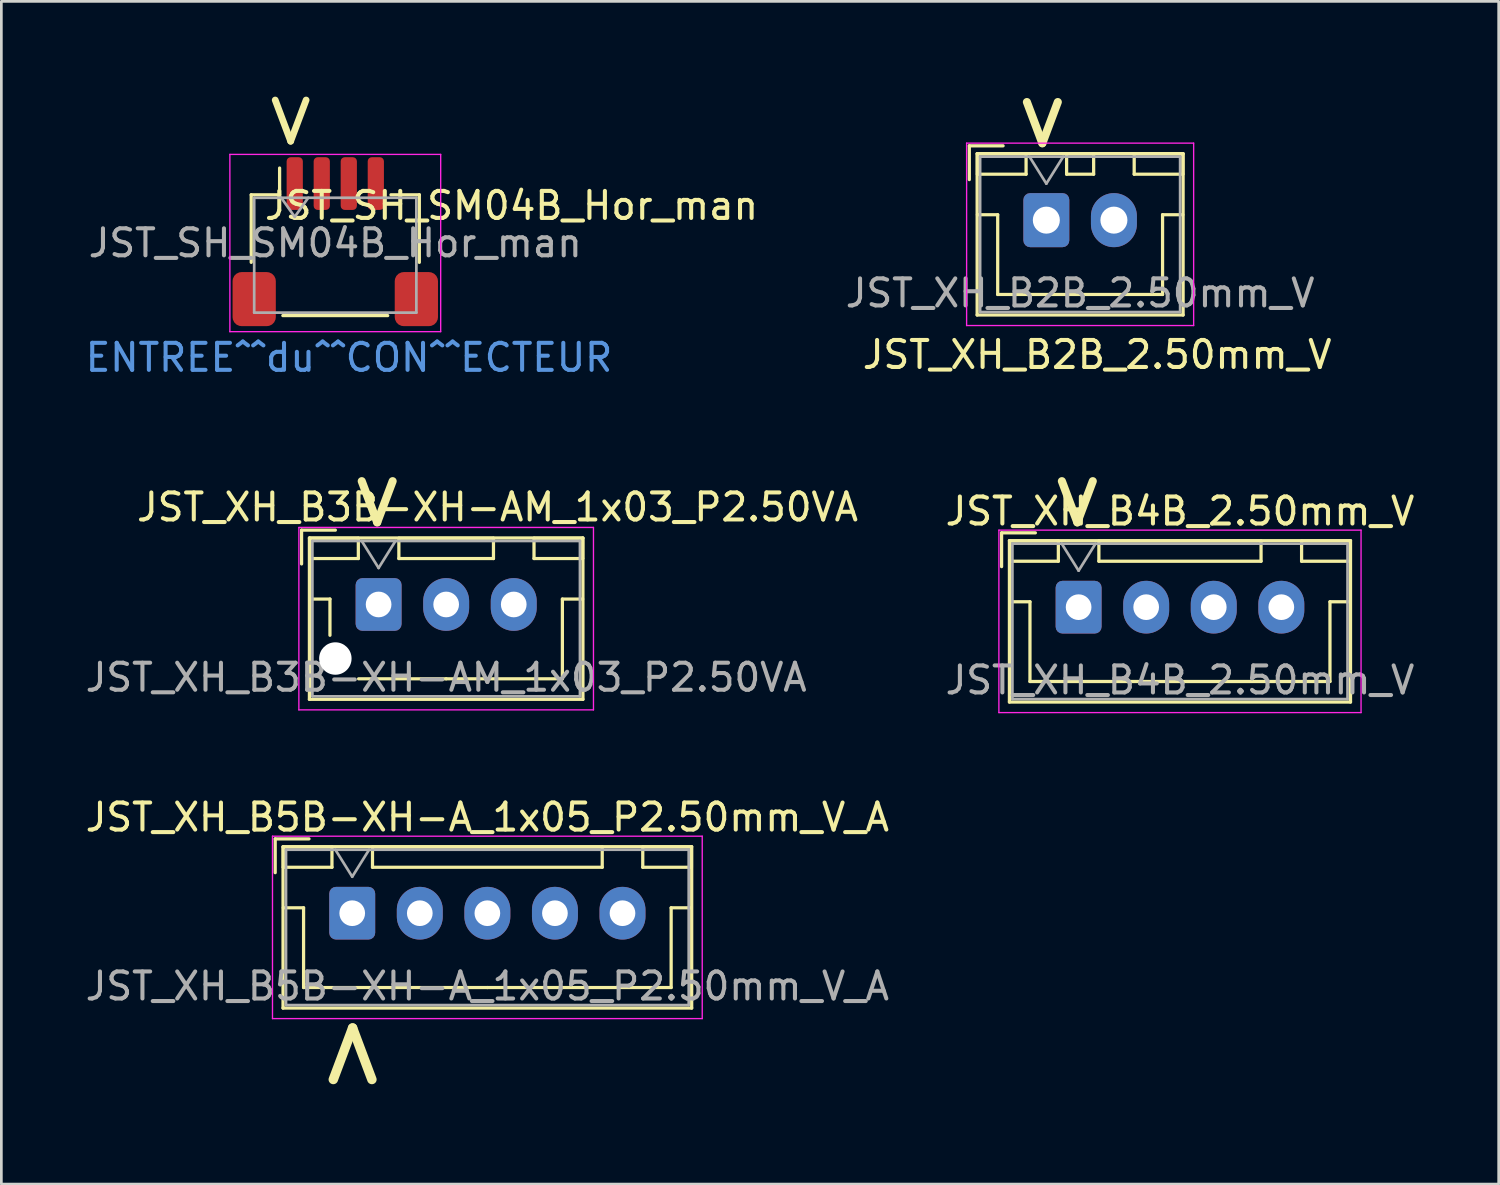
<source format=kicad_pcb>
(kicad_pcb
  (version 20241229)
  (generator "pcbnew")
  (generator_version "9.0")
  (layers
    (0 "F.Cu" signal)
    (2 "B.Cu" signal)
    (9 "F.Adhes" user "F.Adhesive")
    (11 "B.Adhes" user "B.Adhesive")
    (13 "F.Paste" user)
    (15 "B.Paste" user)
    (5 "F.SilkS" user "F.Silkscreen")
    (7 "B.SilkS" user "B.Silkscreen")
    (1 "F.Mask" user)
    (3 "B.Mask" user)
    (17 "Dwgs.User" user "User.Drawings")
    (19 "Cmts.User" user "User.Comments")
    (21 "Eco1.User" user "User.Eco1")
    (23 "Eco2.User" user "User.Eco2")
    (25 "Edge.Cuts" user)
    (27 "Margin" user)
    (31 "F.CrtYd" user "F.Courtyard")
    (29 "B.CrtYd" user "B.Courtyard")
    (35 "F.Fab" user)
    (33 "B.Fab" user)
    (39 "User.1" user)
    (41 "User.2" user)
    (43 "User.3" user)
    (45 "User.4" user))
  (footprint "JST_XH_B3B-XH-AM_1x03_P2.50VA"
    (layer "F.Cu")
    (at 10.958 19.315)
    (property "Reference" "JST_XH_B3B-XH-AM_1x03_P2.50VA" (at 4.4 -3.6 0) (layer "F.SilkS") (effects (font (size 1 1) (thickness 0.15))))
    (attr through_hole)
    (fp_line (start -2.85 -2.75) (end -2.85 -1.5) (stroke (width 0.12) (type solid)) (layer "F.SilkS"))
    (fp_line (start -2.56 -2.46) (end -2.56 3.51) (stroke (width 0.12) (type solid)) (layer "F.SilkS"))
    (fp_line (start -2.56 3.51) (end 7.56 3.51) (stroke (width 0.12) (type solid)) (layer "F.SilkS"))
    (fp_line (start -2.55 -2.45) (end -2.55 -1.7) (stroke (width 0.12) (type solid)) (layer "F.SilkS"))
    (fp_line (start -2.55 -1.7) (end -0.75 -1.7) (stroke (width 0.12) (type solid)) (layer "F.SilkS"))
    (fp_line (start -2.55 -0.2) (end -1.8 -0.2) (stroke (width 0.12) (type solid)) (layer "F.SilkS"))
    (fp_line (start -1.8 -0.2) (end -1.8 1.14) (stroke (width 0.12) (type solid)) (layer "F.SilkS"))
    (fp_line (start -1.6 -2.75) (end -2.85 -2.75) (stroke (width 0.12) (type solid)) (layer "F.SilkS"))
    (fp_line (start -0.75 -2.45) (end -2.55 -2.45) (stroke (width 0.12) (type solid)) (layer "F.SilkS"))
    (fp_line (start -0.75 -1.7) (end -0.75 -2.45) (stroke (width 0.12) (type solid)) (layer "F.SilkS"))
    (fp_line (start 0.75 -2.45) (end 0.75 -1.7) (stroke (width 0.12) (type solid)) (layer "F.SilkS"))
    (fp_line (start 0.75 -1.7) (end 4.25 -1.7) (stroke (width 0.12) (type solid)) (layer "F.SilkS"))
    (fp_line (start 2.5 2.75) (end -0.74 2.75) (stroke (width 0.12) (type solid)) (layer "F.SilkS"))
    (fp_line (start 4.25 -2.45) (end 0.75 -2.45) (stroke (width 0.12) (type solid)) (layer "F.SilkS"))
    (fp_line (start 4.25 -1.7) (end 4.25 -2.45) (stroke (width 0.12) (type solid)) (layer "F.SilkS"))
    (fp_line (start 5.75 -2.45) (end 5.75 -1.7) (stroke (width 0.12) (type solid)) (layer "F.SilkS"))
    (fp_line (start 5.75 -1.7) (end 7.55 -1.7) (stroke (width 0.12) (type solid)) (layer "F.SilkS"))
    (fp_line (start 6.8 -0.2) (end 6.8 2.75) (stroke (width 0.12) (type solid)) (layer "F.SilkS"))
    (fp_line (start 6.8 2.75) (end 2.5 2.75) (stroke (width 0.12) (type solid)) (layer "F.SilkS"))
    (fp_line (start 7.55 -2.45) (end 5.75 -2.45) (stroke (width 0.12) (type solid)) (layer "F.SilkS"))
    (fp_line (start 7.55 -1.7) (end 7.55 -2.45) (stroke (width 0.12) (type solid)) (layer "F.SilkS"))
    (fp_line (start 7.55 -0.2) (end 6.8 -0.2) (stroke (width 0.12) (type solid)) (layer "F.SilkS"))
    (fp_line (start 7.56 -2.46) (end -2.56 -2.46) (stroke (width 0.12) (type solid)) (layer "F.SilkS"))
    (fp_line (start 7.56 3.51) (end 7.56 -2.46) (stroke (width 0.12) (type solid)) (layer "F.SilkS"))
    (fp_line (start -2.95 -2.85) (end -2.95 3.9) (stroke (width 0.05) (type solid)) (layer "F.CrtYd"))
    (fp_line (start -2.95 3.9) (end 7.95 3.9) (stroke (width 0.05) (type solid)) (layer "F.CrtYd"))
    (fp_line (start 7.95 -2.85) (end -2.95 -2.85) (stroke (width 0.05) (type solid)) (layer "F.CrtYd"))
    (fp_line (start 7.95 3.9) (end 7.95 -2.85) (stroke (width 0.05) (type solid)) (layer "F.CrtYd"))
    (fp_line (start -2.45 -2.35) (end -2.45 3.4) (stroke (width 0.1) (type solid)) (layer "F.Fab"))
    (fp_line (start -2.45 3.4) (end 7.45 3.4) (stroke (width 0.1) (type solid)) (layer "F.Fab"))
    (fp_line (start -0.625 -2.35) (end 0 -1.35) (stroke (width 0.1) (type solid)) (layer "F.Fab"))
    (fp_line (start 0 -1.35) (end 0.625 -2.35) (stroke (width 0.1) (type solid)) (layer "F.Fab"))
    (fp_line (start 7.45 -2.35) (end -2.45 -2.35) (stroke (width 0.1) (type solid)) (layer "F.Fab"))
    (fp_line (start 7.45 3.4) (end 7.45 -2.35) (stroke (width 0.1) (type solid)) (layer "F.Fab"))
    (fp_text user "<" (at -0.2 -3.8 90) (unlocked yes) (layer "F.SilkS") (effects (font (size 2 2) (thickness 0.3))))
    (fp_text user "${REFERENCE}" (at 2.5 2.7 0) (layer "F.Fab") (effects (font (size 1 1) (thickness 0.15))))
    (pad "" np_thru_hole circle (at -1.6 2) (size 1.2 1.2) (drill 1.2) (layers "*.Cu" "*.Mask"))
    (pad "1" thru_hole roundrect (at 0 0) (size 1.7 1.95) (drill 0.95) (layers "*.Cu" "*.Mask") (roundrect_rratio 0.147))
    (pad "2" thru_hole oval (at 2.5 0) (size 1.7 1.95) (drill 0.95) (layers "*.Cu" "*.Mask"))
    (pad "3" thru_hole oval (at 5 0) (size 1.7 1.95) (drill 0.95) (layers "*.Cu" "*.Mask")))
  (footprint "JST_XH_B2B_2.50mm_V"
    (layer "F.Cu")
    (at 35.664 5.095)
    (property "Reference" "JST_XH_B2B_2.50mm_V" (at 1.88 4.978 0) (layer "F.SilkS") (effects (font (size 1 1) (thickness 0.15))))
    (attr through_hole)
    (fp_line (start -2.85 -2.75) (end -2.85 -1.5) (stroke (width 0.12) (type solid)) (layer "F.SilkS"))
    (fp_line (start -2.56 -2.46) (end -2.56 3.51) (stroke (width 0.12) (type solid)) (layer "F.SilkS"))
    (fp_line (start -2.56 3.51) (end 5.06 3.51) (stroke (width 0.12) (type solid)) (layer "F.SilkS"))
    (fp_line (start -2.55 -2.45) (end -2.55 -1.7) (stroke (width 0.12) (type solid)) (layer "F.SilkS"))
    (fp_line (start -2.55 -1.7) (end -0.75 -1.7) (stroke (width 0.12) (type solid)) (layer "F.SilkS"))
    (fp_line (start -2.55 -0.2) (end -1.8 -0.2) (stroke (width 0.12) (type solid)) (layer "F.SilkS"))
    (fp_line (start -1.8 -0.2) (end -1.8 2.75) (stroke (width 0.12) (type solid)) (layer "F.SilkS"))
    (fp_line (start -1.8 2.75) (end 1.25 2.75) (stroke (width 0.12) (type solid)) (layer "F.SilkS"))
    (fp_line (start -1.6 -2.75) (end -2.85 -2.75) (stroke (width 0.12) (type solid)) (layer "F.SilkS"))
    (fp_line (start -0.75 -2.45) (end -2.55 -2.45) (stroke (width 0.12) (type solid)) (layer "F.SilkS"))
    (fp_line (start -0.75 -1.7) (end -0.75 -2.45) (stroke (width 0.12) (type solid)) (layer "F.SilkS"))
    (fp_line (start 0.75 -2.45) (end 0.75 -1.7) (stroke (width 0.12) (type solid)) (layer "F.SilkS"))
    (fp_line (start 0.75 -1.7) (end 1.75 -1.7) (stroke (width 0.12) (type solid)) (layer "F.SilkS"))
    (fp_line (start 1.75 -2.45) (end 0.75 -2.45) (stroke (width 0.12) (type solid)) (layer "F.SilkS"))
    (fp_line (start 1.75 -1.7) (end 1.75 -2.45) (stroke (width 0.12) (type solid)) (layer "F.SilkS"))
    (fp_line (start 3.25 -2.45) (end 3.25 -1.7) (stroke (width 0.12) (type solid)) (layer "F.SilkS"))
    (fp_line (start 3.25 -1.7) (end 5.05 -1.7) (stroke (width 0.12) (type solid)) (layer "F.SilkS"))
    (fp_line (start 4.3 -0.2) (end 4.3 2.75) (stroke (width 0.12) (type solid)) (layer "F.SilkS"))
    (fp_line (start 4.3 2.75) (end 1.25 2.75) (stroke (width 0.12) (type solid)) (layer "F.SilkS"))
    (fp_line (start 5.05 -2.45) (end 3.25 -2.45) (stroke (width 0.12) (type solid)) (layer "F.SilkS"))
    (fp_line (start 5.05 -1.7) (end 5.05 -2.45) (stroke (width 0.12) (type solid)) (layer "F.SilkS"))
    (fp_line (start 5.05 -0.2) (end 4.3 -0.2) (stroke (width 0.12) (type solid)) (layer "F.SilkS"))
    (fp_line (start 5.06 -2.46) (end -2.56 -2.46) (stroke (width 0.12) (type solid)) (layer "F.SilkS"))
    (fp_line (start 5.06 3.51) (end 5.06 -2.46) (stroke (width 0.12) (type solid)) (layer "F.SilkS"))
    (fp_line (start -2.95 -2.85) (end -2.95 3.9) (stroke (width 0.05) (type solid)) (layer "F.CrtYd"))
    (fp_line (start -2.95 3.9) (end 5.45 3.9) (stroke (width 0.05) (type solid)) (layer "F.CrtYd"))
    (fp_line (start 5.45 -2.85) (end -2.95 -2.85) (stroke (width 0.05) (type solid)) (layer "F.CrtYd"))
    (fp_line (start 5.45 3.9) (end 5.45 -2.85) (stroke (width 0.05) (type solid)) (layer "F.CrtYd"))
    (fp_line (start -2.45 -2.35) (end -2.45 3.4) (stroke (width 0.1) (type solid)) (layer "F.Fab"))
    (fp_line (start -2.45 3.4) (end 4.95 3.4) (stroke (width 0.1) (type solid)) (layer "F.Fab"))
    (fp_line (start -0.625 -2.35) (end 0 -1.35) (stroke (width 0.1) (type solid)) (layer "F.Fab"))
    (fp_line (start 0 -1.35) (end 0.625 -2.35) (stroke (width 0.1) (type solid)) (layer "F.Fab"))
    (fp_line (start 4.95 -2.35) (end -2.45 -2.35) (stroke (width 0.1) (type solid)) (layer "F.Fab"))
    (fp_line (start 4.95 3.4) (end 4.95 -2.35) (stroke (width 0.1) (type solid)) (layer "F.Fab"))
    (fp_text user ">" (at 0 -3.607 270) (unlocked yes) (layer "F.SilkS") (effects (font (size 2 2) (thickness 0.3))))
    (fp_text user "${REFERENCE}" (at 1.25 2.7 0) (layer "F.Fab") (effects (font (size 1 1) (thickness 0.15))))
    (pad "1" thru_hole roundrect (at 0 0) (size 1.7 2) (drill 1) (layers "*.Cu" "*.Mask") (roundrect_rratio 0.147))
    (pad "2" thru_hole oval (at 2.5 0) (size 1.7 2) (drill 1) (layers "*.Cu" "*.Mask")))
  (footprint "JST_SH_SM04B_Hor_man"
    (layer "F.Cu")
    (at 9.355 5.942)
    (property "Reference" "JST_SH_SM04B_Hor_man" (at 6.523 -1.384 0) (layer "F.SilkS") (effects (font (size 1 1) (thickness 0.15))))
    (attr smd)
    (fp_line (start -3.11 -1.785) (end -2.06 -1.785) (stroke (width 0.12) (type solid)) (layer "F.SilkS"))
    (fp_line (start -3.11 0.715) (end -3.11 -1.785) (stroke (width 0.12) (type solid)) (layer "F.SilkS"))
    (fp_line (start -2.06 -1.785) (end -2.06 -2.775) (stroke (width 0.12) (type solid)) (layer "F.SilkS"))
    (fp_line (start -1.94 2.685) (end 1.94 2.685) (stroke (width 0.12) (type solid)) (layer "F.SilkS"))
    (fp_line (start 3.11 -1.785) (end 2.06 -1.785) (stroke (width 0.12) (type solid)) (layer "F.SilkS"))
    (fp_line (start 3.11 0.715) (end 3.11 -1.785) (stroke (width 0.12) (type solid)) (layer "F.SilkS"))
    (fp_line (start -3.9 -3.28) (end -3.9 3.28) (stroke (width 0.05) (type solid)) (layer "F.CrtYd"))
    (fp_line (start -3.9 3.28) (end 3.9 3.28) (stroke (width 0.05) (type solid)) (layer "F.CrtYd"))
    (fp_line (start 3.9 -3.28) (end -3.9 -3.28) (stroke (width 0.05) (type solid)) (layer "F.CrtYd"))
    (fp_line (start 3.9 3.28) (end 3.9 -3.28) (stroke (width 0.05) (type solid)) (layer "F.CrtYd"))
    (fp_line (start -3 -1.675) (end -3 2.575) (stroke (width 0.1) (type solid)) (layer "F.Fab"))
    (fp_line (start -3 -1.675) (end 3 -1.675) (stroke (width 0.1) (type solid)) (layer "F.Fab"))
    (fp_line (start -3 2.575) (end 3 2.575) (stroke (width 0.1) (type solid)) (layer "F.Fab"))
    (fp_line (start -2 -1.675) (end -1.5 -0.968) (stroke (width 0.1) (type solid)) (layer "F.Fab"))
    (fp_line (start -1.5 -0.968) (end -1 -1.675) (stroke (width 0.1) (type solid)) (layer "F.Fab"))
    (fp_line (start 3 -1.675) (end 3 2.575) (stroke (width 0.1) (type solid)) (layer "F.Fab"))
    (fp_text user "<" (at -1.801 -4.529 90) (layer "F.SilkS") (effects (font (size 2 2) (thickness 0.25))))
    (fp_text user "ENTREE^^du^^CON^^ECTEUR" (at 0.508 4.237 0) (layer "Cmts.User") (effects (font (size 1 1) (thickness 0.15))))
    (fp_text user "${REFERENCE}" (at 0 0 0) (layer "F.Fab") (effects (font (size 1 1) (thickness 0.15))))
    (pad "1" smd roundrect (at -1.5 -2.2) (size 0.6 1.95) (layers "F.Cu" "F.Mask" "F.Paste") (roundrect_rratio 0.25))
    (pad "2" smd roundrect (at -0.5 -2.2) (size 0.6 1.95) (layers "F.Cu" "F.Mask" "F.Paste") (roundrect_rratio 0.25))
    (pad "3" smd roundrect (at 0.5 -2.2) (size 0.6 1.95) (layers "F.Cu" "F.Mask" "F.Paste") (roundrect_rratio 0.25))
    (pad "4" smd roundrect (at 1.5 -2.2) (size 0.6 1.95) (layers "F.Cu" "F.Mask" "F.Paste") (roundrect_rratio 0.25))
    (pad "MP" smd roundrect (at -3 2.075) (size 1.6 2) (layers "F.Cu" "F.Mask" "F.Paste") (roundrect_rratio 0.208))
    (pad "MP" smd roundrect (at 3 2.075) (size 1.6 2) (layers "F.Cu" "F.Mask" "F.Paste") (roundrect_rratio 0.208)))
  (footprint "JST_XH_B4B_2.50mm_V"
    (layer "F.Cu")
    (at 36.858 19.415)
    (property "Reference" "JST_XH_B4B_2.50mm_V" (at 3.75 -3.55 0) (layer "F.SilkS") (effects (font (size 1 1) (thickness 0.15))))
    (attr through_hole)
    (fp_line (start -2.85 -2.75) (end -2.85 -1.5) (stroke (width 0.12) (type solid)) (layer "F.SilkS"))
    (fp_line (start -2.56 -2.46) (end -2.56 3.51) (stroke (width 0.12) (type solid)) (layer "F.SilkS"))
    (fp_line (start -2.56 3.51) (end 10.06 3.51) (stroke (width 0.12) (type solid)) (layer "F.SilkS"))
    (fp_line (start -2.55 -2.45) (end -2.55 -1.7) (stroke (width 0.12) (type solid)) (layer "F.SilkS"))
    (fp_line (start -2.55 -1.7) (end -0.75 -1.7) (stroke (width 0.12) (type solid)) (layer "F.SilkS"))
    (fp_line (start -2.55 -0.2) (end -1.8 -0.2) (stroke (width 0.12) (type solid)) (layer "F.SilkS"))
    (fp_line (start -1.8 -0.2) (end -1.8 2.75) (stroke (width 0.12) (type solid)) (layer "F.SilkS"))
    (fp_line (start -1.8 2.75) (end 3.75 2.75) (stroke (width 0.12) (type solid)) (layer "F.SilkS"))
    (fp_line (start -1.6 -2.75) (end -2.85 -2.75) (stroke (width 0.12) (type solid)) (layer "F.SilkS"))
    (fp_line (start -0.75 -2.45) (end -2.55 -2.45) (stroke (width 0.12) (type solid)) (layer "F.SilkS"))
    (fp_line (start -0.75 -1.7) (end -0.75 -2.45) (stroke (width 0.12) (type solid)) (layer "F.SilkS"))
    (fp_line (start 0.75 -2.45) (end 0.75 -1.7) (stroke (width 0.12) (type solid)) (layer "F.SilkS"))
    (fp_line (start 0.75 -1.7) (end 6.75 -1.7) (stroke (width 0.12) (type solid)) (layer "F.SilkS"))
    (fp_line (start 6.75 -2.45) (end 0.75 -2.45) (stroke (width 0.12) (type solid)) (layer "F.SilkS"))
    (fp_line (start 6.75 -1.7) (end 6.75 -2.45) (stroke (width 0.12) (type solid)) (layer "F.SilkS"))
    (fp_line (start 8.25 -2.45) (end 8.25 -1.7) (stroke (width 0.12) (type solid)) (layer "F.SilkS"))
    (fp_line (start 8.25 -1.7) (end 10.05 -1.7) (stroke (width 0.12) (type solid)) (layer "F.SilkS"))
    (fp_line (start 9.3 -0.2) (end 9.3 2.75) (stroke (width 0.12) (type solid)) (layer "F.SilkS"))
    (fp_line (start 9.3 2.75) (end 3.75 2.75) (stroke (width 0.12) (type solid)) (layer "F.SilkS"))
    (fp_line (start 10.05 -2.45) (end 8.25 -2.45) (stroke (width 0.12) (type solid)) (layer "F.SilkS"))
    (fp_line (start 10.05 -1.7) (end 10.05 -2.45) (stroke (width 0.12) (type solid)) (layer "F.SilkS"))
    (fp_line (start 10.05 -0.2) (end 9.3 -0.2) (stroke (width 0.12) (type solid)) (layer "F.SilkS"))
    (fp_line (start 10.06 -2.46) (end -2.56 -2.46) (stroke (width 0.12) (type solid)) (layer "F.SilkS"))
    (fp_line (start 10.06 3.51) (end 10.06 -2.46) (stroke (width 0.12) (type solid)) (layer "F.SilkS"))
    (fp_line (start -2.95 -2.85) (end -2.95 3.9) (stroke (width 0.05) (type solid)) (layer "F.CrtYd"))
    (fp_line (start -2.95 3.9) (end 10.45 3.9) (stroke (width 0.05) (type solid)) (layer "F.CrtYd"))
    (fp_line (start 10.45 -2.85) (end -2.95 -2.85) (stroke (width 0.05) (type solid)) (layer "F.CrtYd"))
    (fp_line (start 10.45 3.9) (end 10.45 -2.85) (stroke (width 0.05) (type solid)) (layer "F.CrtYd"))
    (fp_line (start -2.45 -2.35) (end -2.45 3.4) (stroke (width 0.1) (type solid)) (layer "F.Fab"))
    (fp_line (start -2.45 3.4) (end 9.95 3.4) (stroke (width 0.1) (type solid)) (layer "F.Fab"))
    (fp_line (start -0.625 -2.35) (end 0 -1.35) (stroke (width 0.1) (type solid)) (layer "F.Fab"))
    (fp_line (start 0 -1.35) (end 0.625 -2.35) (stroke (width 0.1) (type solid)) (layer "F.Fab"))
    (fp_line (start 9.95 -2.35) (end -2.45 -2.35) (stroke (width 0.1) (type solid)) (layer "F.Fab"))
    (fp_line (start 9.95 3.4) (end 9.95 -2.35) (stroke (width 0.1) (type solid)) (layer "F.Fab"))
    (fp_text user ">" (at 0.1 -3.9 270) (unlocked yes) (layer "F.SilkS") (effects (font (size 2 2) (thickness 0.3))))
    (fp_text user "${REFERENCE}" (at 3.75 2.7 0) (layer "F.Fab") (effects (font (size 1 1) (thickness 0.15))))
    (pad "1" thru_hole roundrect (at 0 0) (size 1.7 1.95) (drill 0.95) (layers "*.Cu" "*.Mask") (roundrect_rratio 0.147))
    (pad "2" thru_hole oval (at 2.5 0) (size 1.7 1.95) (drill 0.95) (layers "*.Cu" "*.Mask"))
    (pad "3" thru_hole oval (at 5 0) (size 1.7 1.95) (drill 0.95) (layers "*.Cu" "*.Mask"))
    (pad "4" thru_hole oval (at 7.5 0) (size 1.7 1.95) (drill 0.95) (layers "*.Cu" "*.Mask")))
  (footprint "JST_XH_B5B-XH-A_1x05_P2.50mm_V_A"
    (layer "F.Cu")
    (at 9.982 30.738)
    (property "Reference" "JST_XH_B5B-XH-A_1x05_P2.50mm_V_A" (at 5 -3.55 0) (layer "F.SilkS") (effects (font (size 1 1) (thickness 0.15))))
    (attr through_hole)
    (fp_line (start -2.85 -2.75) (end -2.85 -1.5) (stroke (width 0.12) (type solid)) (layer "F.SilkS"))
    (fp_line (start -2.56 -2.46) (end -2.56 3.51) (stroke (width 0.12) (type solid)) (layer "F.SilkS"))
    (fp_line (start -2.56 3.51) (end 12.56 3.51) (stroke (width 0.12) (type solid)) (layer "F.SilkS"))
    (fp_line (start -2.55 -2.45) (end -2.55 -1.7) (stroke (width 0.12) (type solid)) (layer "F.SilkS"))
    (fp_line (start -2.55 -1.7) (end -0.75 -1.7) (stroke (width 0.12) (type solid)) (layer "F.SilkS"))
    (fp_line (start -2.55 -0.2) (end -1.8 -0.2) (stroke (width 0.12) (type solid)) (layer "F.SilkS"))
    (fp_line (start -1.8 -0.2) (end -1.8 2.75) (stroke (width 0.12) (type solid)) (layer "F.SilkS"))
    (fp_line (start -1.8 2.75) (end 5 2.75) (stroke (width 0.12) (type solid)) (layer "F.SilkS"))
    (fp_line (start -1.6 -2.75) (end -2.85 -2.75) (stroke (width 0.12) (type solid)) (layer "F.SilkS"))
    (fp_line (start -0.75 -2.45) (end -2.55 -2.45) (stroke (width 0.12) (type solid)) (layer "F.SilkS"))
    (fp_line (start -0.75 -1.7) (end -0.75 -2.45) (stroke (width 0.12) (type solid)) (layer "F.SilkS"))
    (fp_line (start 0.75 -2.45) (end 0.75 -1.7) (stroke (width 0.12) (type solid)) (layer "F.SilkS"))
    (fp_line (start 0.75 -1.7) (end 9.25 -1.7) (stroke (width 0.12) (type solid)) (layer "F.SilkS"))
    (fp_line (start 9.25 -2.45) (end 0.75 -2.45) (stroke (width 0.12) (type solid)) (layer "F.SilkS"))
    (fp_line (start 9.25 -1.7) (end 9.25 -2.45) (stroke (width 0.12) (type solid)) (layer "F.SilkS"))
    (fp_line (start 10.75 -2.45) (end 10.75 -1.7) (stroke (width 0.12) (type solid)) (layer "F.SilkS"))
    (fp_line (start 10.75 -1.7) (end 12.55 -1.7) (stroke (width 0.12) (type solid)) (layer "F.SilkS"))
    (fp_line (start 11.8 -0.2) (end 11.8 2.75) (stroke (width 0.12) (type solid)) (layer "F.SilkS"))
    (fp_line (start 11.8 2.75) (end 5 2.75) (stroke (width 0.12) (type solid)) (layer "F.SilkS"))
    (fp_line (start 12.55 -2.45) (end 10.75 -2.45) (stroke (width 0.12) (type solid)) (layer "F.SilkS"))
    (fp_line (start 12.55 -1.7) (end 12.55 -2.45) (stroke (width 0.12) (type solid)) (layer "F.SilkS"))
    (fp_line (start 12.55 -0.2) (end 11.8 -0.2) (stroke (width 0.12) (type solid)) (layer "F.SilkS"))
    (fp_line (start 12.56 -2.46) (end -2.56 -2.46) (stroke (width 0.12) (type solid)) (layer "F.SilkS"))
    (fp_line (start 12.56 3.51) (end 12.56 -2.46) (stroke (width 0.12) (type solid)) (layer "F.SilkS"))
    (fp_line (start -2.95 -2.85) (end -2.95 3.9) (stroke (width 0.05) (type solid)) (layer "F.CrtYd"))
    (fp_line (start -2.95 3.9) (end 12.95 3.9) (stroke (width 0.05) (type solid)) (layer "F.CrtYd"))
    (fp_line (start 12.95 -2.85) (end -2.95 -2.85) (stroke (width 0.05) (type solid)) (layer "F.CrtYd"))
    (fp_line (start 12.95 3.9) (end 12.95 -2.85) (stroke (width 0.05) (type solid)) (layer "F.CrtYd"))
    (fp_line (start -2.45 -2.35) (end -2.45 3.4) (stroke (width 0.1) (type solid)) (layer "F.Fab"))
    (fp_line (start -2.45 3.4) (end 12.45 3.4) (stroke (width 0.1) (type solid)) (layer "F.Fab"))
    (fp_line (start -0.625 -2.35) (end 0 -1.35) (stroke (width 0.1) (type solid)) (layer "F.Fab"))
    (fp_line (start 0 -1.35) (end 0.625 -2.35) (stroke (width 0.1) (type solid)) (layer "F.Fab"))
    (fp_line (start 12.45 -2.35) (end -2.45 -2.35) (stroke (width 0.1) (type solid)) (layer "F.Fab"))
    (fp_line (start 12.45 3.4) (end 12.45 -2.35) (stroke (width 0.1) (type solid)) (layer "F.Fab"))
    (fp_text user "<" (at 0.2 5.2 270) (unlocked yes) (layer "F.SilkS") (effects (font (size 2.5 2.5) (thickness 0.35))))
    (fp_text user "${REFERENCE}" (at 5 2.7 0) (layer "F.Fab") (effects (font (size 1 1) (thickness 0.15))))
    (pad "1" thru_hole roundrect (at 0 0) (size 1.7 1.95) (drill 0.95) (layers "*.Cu" "*.Mask") (roundrect_rratio 0.147))
    (pad "2" thru_hole oval (at 2.5 0) (size 1.7 1.95) (drill 0.95) (layers "*.Cu" "*.Mask"))
    (pad "3" thru_hole oval (at 5 0) (size 1.7 1.95) (drill 0.95) (layers "*.Cu" "*.Mask"))
    (pad "4" thru_hole oval (at 7.5 0) (size 1.7 1.95) (drill 0.95) (layers "*.Cu" "*.Mask"))
    (pad "5" thru_hole oval (at 10 0) (size 1.7 1.95) (drill 0.95) (layers "*.Cu" "*.Mask")))
  (gr_rect
    (start -3 -3)
    (end 52.4 40.761)
    (stroke (width 0.1) (type default))
    (fill no)
    (layer "Edge.Cuts")))
</source>
